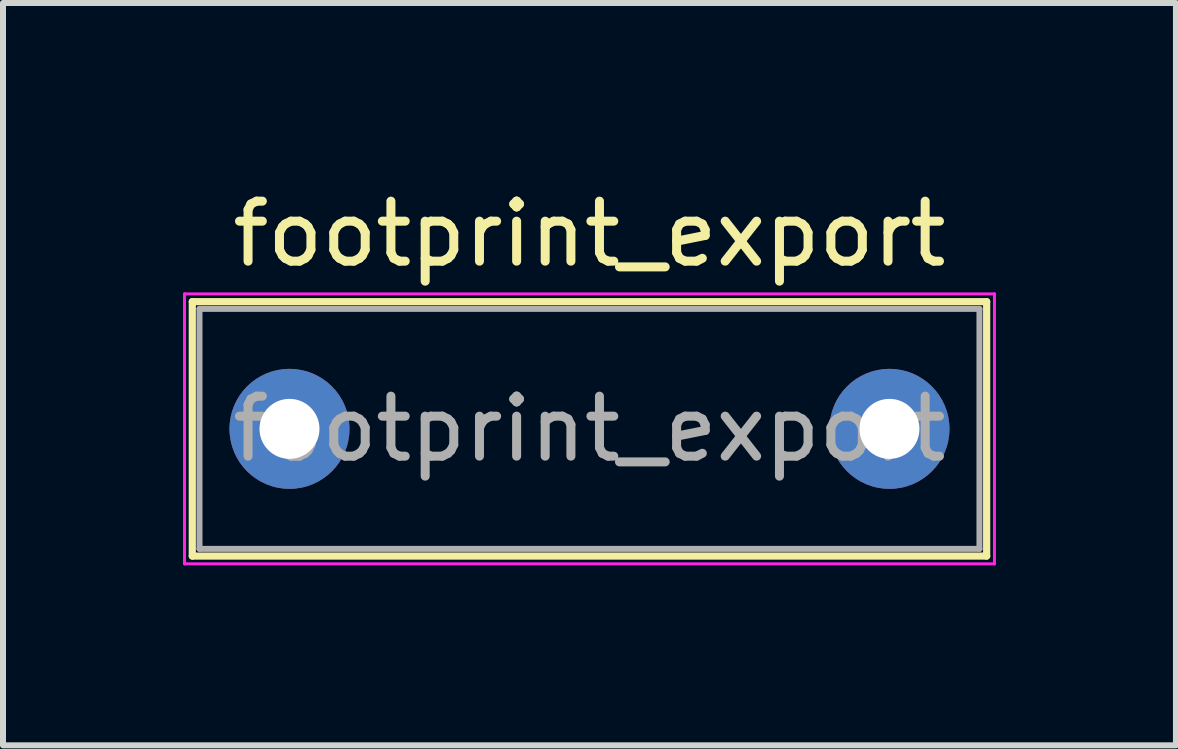
<source format=kicad_pcb>
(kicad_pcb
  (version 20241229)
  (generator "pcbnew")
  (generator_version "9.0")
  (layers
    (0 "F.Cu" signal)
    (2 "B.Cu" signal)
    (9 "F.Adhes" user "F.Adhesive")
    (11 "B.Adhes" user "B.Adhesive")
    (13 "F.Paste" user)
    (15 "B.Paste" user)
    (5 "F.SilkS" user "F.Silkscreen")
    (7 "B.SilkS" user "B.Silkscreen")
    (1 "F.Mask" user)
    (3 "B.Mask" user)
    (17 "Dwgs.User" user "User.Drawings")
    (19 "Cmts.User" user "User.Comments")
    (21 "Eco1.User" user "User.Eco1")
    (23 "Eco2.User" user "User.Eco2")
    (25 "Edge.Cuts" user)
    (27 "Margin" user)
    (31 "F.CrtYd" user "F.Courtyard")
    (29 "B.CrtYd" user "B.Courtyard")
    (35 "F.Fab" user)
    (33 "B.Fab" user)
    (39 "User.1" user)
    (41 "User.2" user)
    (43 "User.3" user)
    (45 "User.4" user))
  (footprint "footprint_export"
    (layer "F.Cu")
    (at 1.775 4.098)
    (property "Reference" "footprint_export" (at 5 -3.25 0) (layer "F.SilkS") (effects (font (size 1 1) (thickness 0.15))))
    (attr through_hole)
    (fp_line (start -1.62 -2.12) (end -1.62 2.12) (stroke (width 0.12) (type solid)) (layer "F.SilkS"))
    (fp_line (start -1.62 -2.12) (end 11.62 -2.12) (stroke (width 0.12) (type solid)) (layer "F.SilkS"))
    (fp_line (start -1.62 2.12) (end 11.62 2.12) (stroke (width 0.12) (type solid)) (layer "F.SilkS"))
    (fp_line (start 11.62 -2.12) (end 11.62 2.12) (stroke (width 0.12) (type solid)) (layer "F.SilkS"))
    (fp_line (start -1.75 -2.25) (end -1.75 2.25) (stroke (width 0.05) (type solid)) (layer "F.CrtYd"))
    (fp_line (start -1.75 2.25) (end 11.75 2.25) (stroke (width 0.05) (type solid)) (layer "F.CrtYd"))
    (fp_line (start 11.75 -2.25) (end -1.75 -2.25) (stroke (width 0.05) (type solid)) (layer "F.CrtYd"))
    (fp_line (start 11.75 2.25) (end 11.75 -2.25) (stroke (width 0.05) (type solid)) (layer "F.CrtYd"))
    (fp_line (start -1.5 -2) (end -1.5 2) (stroke (width 0.1) (type solid)) (layer "F.Fab"))
    (fp_line (start -1.5 2) (end 11.5 2) (stroke (width 0.1) (type solid)) (layer "F.Fab"))
    (fp_line (start 11.5 -2) (end -1.5 -2) (stroke (width 0.1) (type solid)) (layer "F.Fab"))
    (fp_line (start 11.5 2) (end 11.5 -2) (stroke (width 0.1) (type solid)) (layer "F.Fab"))
    (fp_text user "${REFERENCE}" (at 5 0 0) (layer "F.Fab") (effects (font (size 1 1) (thickness 0.15))))
    (pad "1" thru_hole circle (at 0 0) (size 2 2) (drill 1) (layers "*.Cu" "*.Mask"))
    (pad "2" thru_hole circle (at 10 0) (size 2 2) (drill 1) (layers "*.Cu" "*.Mask")))
  (gr_rect
    (start -3 -3)
    (end 16.55 9.373)
    (stroke (width 0.1) (type default))
    (fill no)
    (layer "Edge.Cuts")))
</source>
